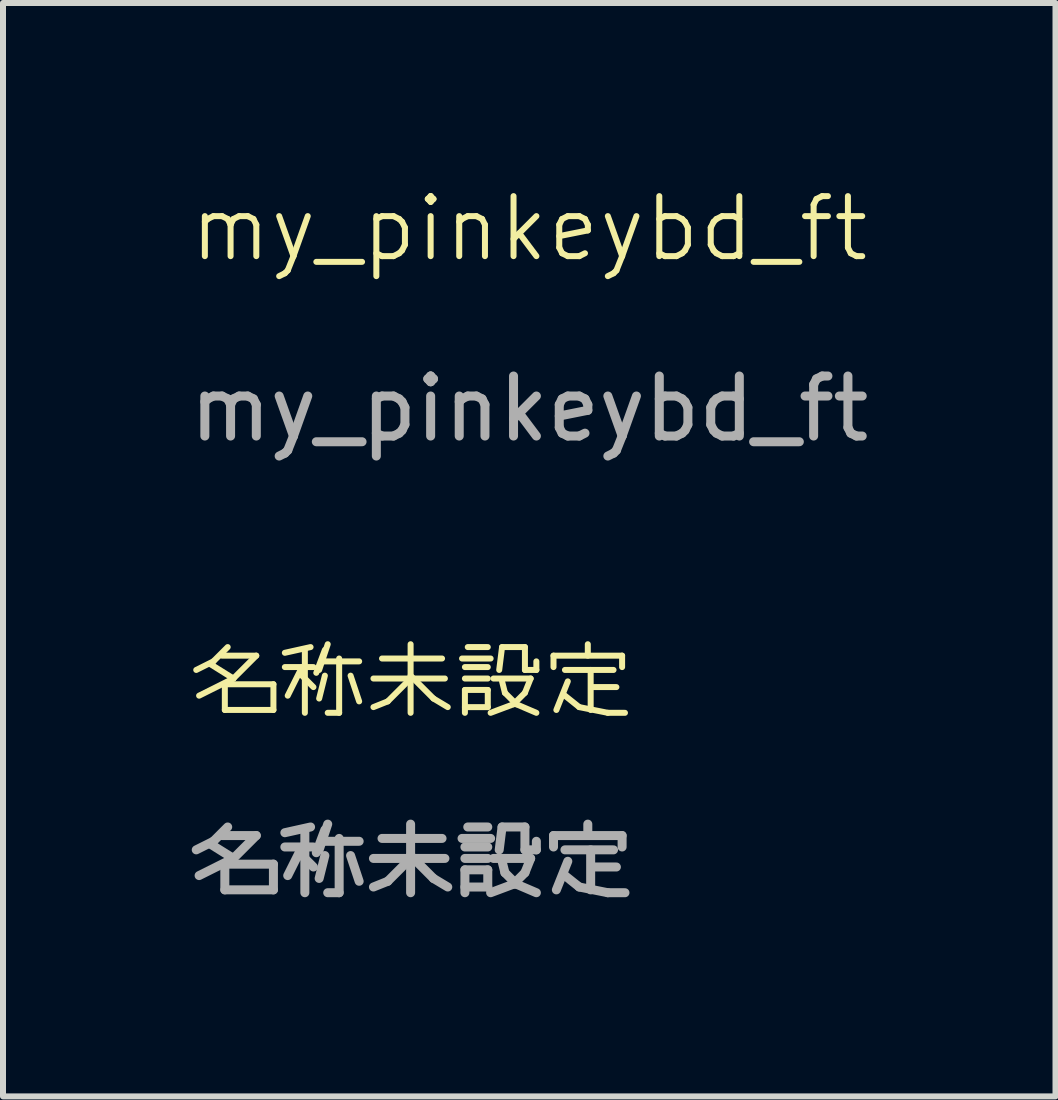
<source format=kicad_pcb>
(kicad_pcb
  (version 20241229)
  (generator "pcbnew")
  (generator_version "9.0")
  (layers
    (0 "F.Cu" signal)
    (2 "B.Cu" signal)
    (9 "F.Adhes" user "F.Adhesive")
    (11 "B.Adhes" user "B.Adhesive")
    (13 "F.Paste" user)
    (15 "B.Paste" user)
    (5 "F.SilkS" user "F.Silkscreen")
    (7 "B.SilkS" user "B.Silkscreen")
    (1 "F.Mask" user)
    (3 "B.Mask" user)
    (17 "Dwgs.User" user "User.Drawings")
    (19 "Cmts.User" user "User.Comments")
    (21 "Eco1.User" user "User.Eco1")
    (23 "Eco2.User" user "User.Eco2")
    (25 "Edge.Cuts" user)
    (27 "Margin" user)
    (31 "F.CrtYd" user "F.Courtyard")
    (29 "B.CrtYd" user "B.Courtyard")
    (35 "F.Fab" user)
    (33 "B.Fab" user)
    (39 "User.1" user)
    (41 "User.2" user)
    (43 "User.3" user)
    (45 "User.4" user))
  (footprint "名称未設定"
    (layer "F.Cu")
    (at 3.815 8.869)
    (property "Reference" "名称未設定" (at 0 -0.5 0) (unlocked yes) (layer "F.SilkS") (effects (font (size 1 1) (thickness 0.1))))
    (attr smd)
    (fp_text user "${REFERENCE}" (at 0 2.5 0) (unlocked yes) (layer "F.Fab") (effects (font (size 1 1) (thickness 0.15)))))
  (footprint "my_pinkeybd_ft"
    (layer "F.Cu")
    (at 5.768 1.26)
    (property "Reference" "my_pinkeybd_ft" (at 0 -0.5 0) (unlocked yes) (layer "F.SilkS") (effects (font (size 1 1) (thickness 0.1))))
    (attr smd)
    (fp_text user "${REFERENCE}" (at 0 2.5 0) (unlocked yes) (layer "F.Fab") (effects (font (size 1 1) (thickness 0.15)))))
  (gr_rect
    (start -3 -3)
    (end 14.536 15.217)
    (stroke (width 0.1) (type default))
    (fill no)
    (layer "Edge.Cuts")))
</source>
